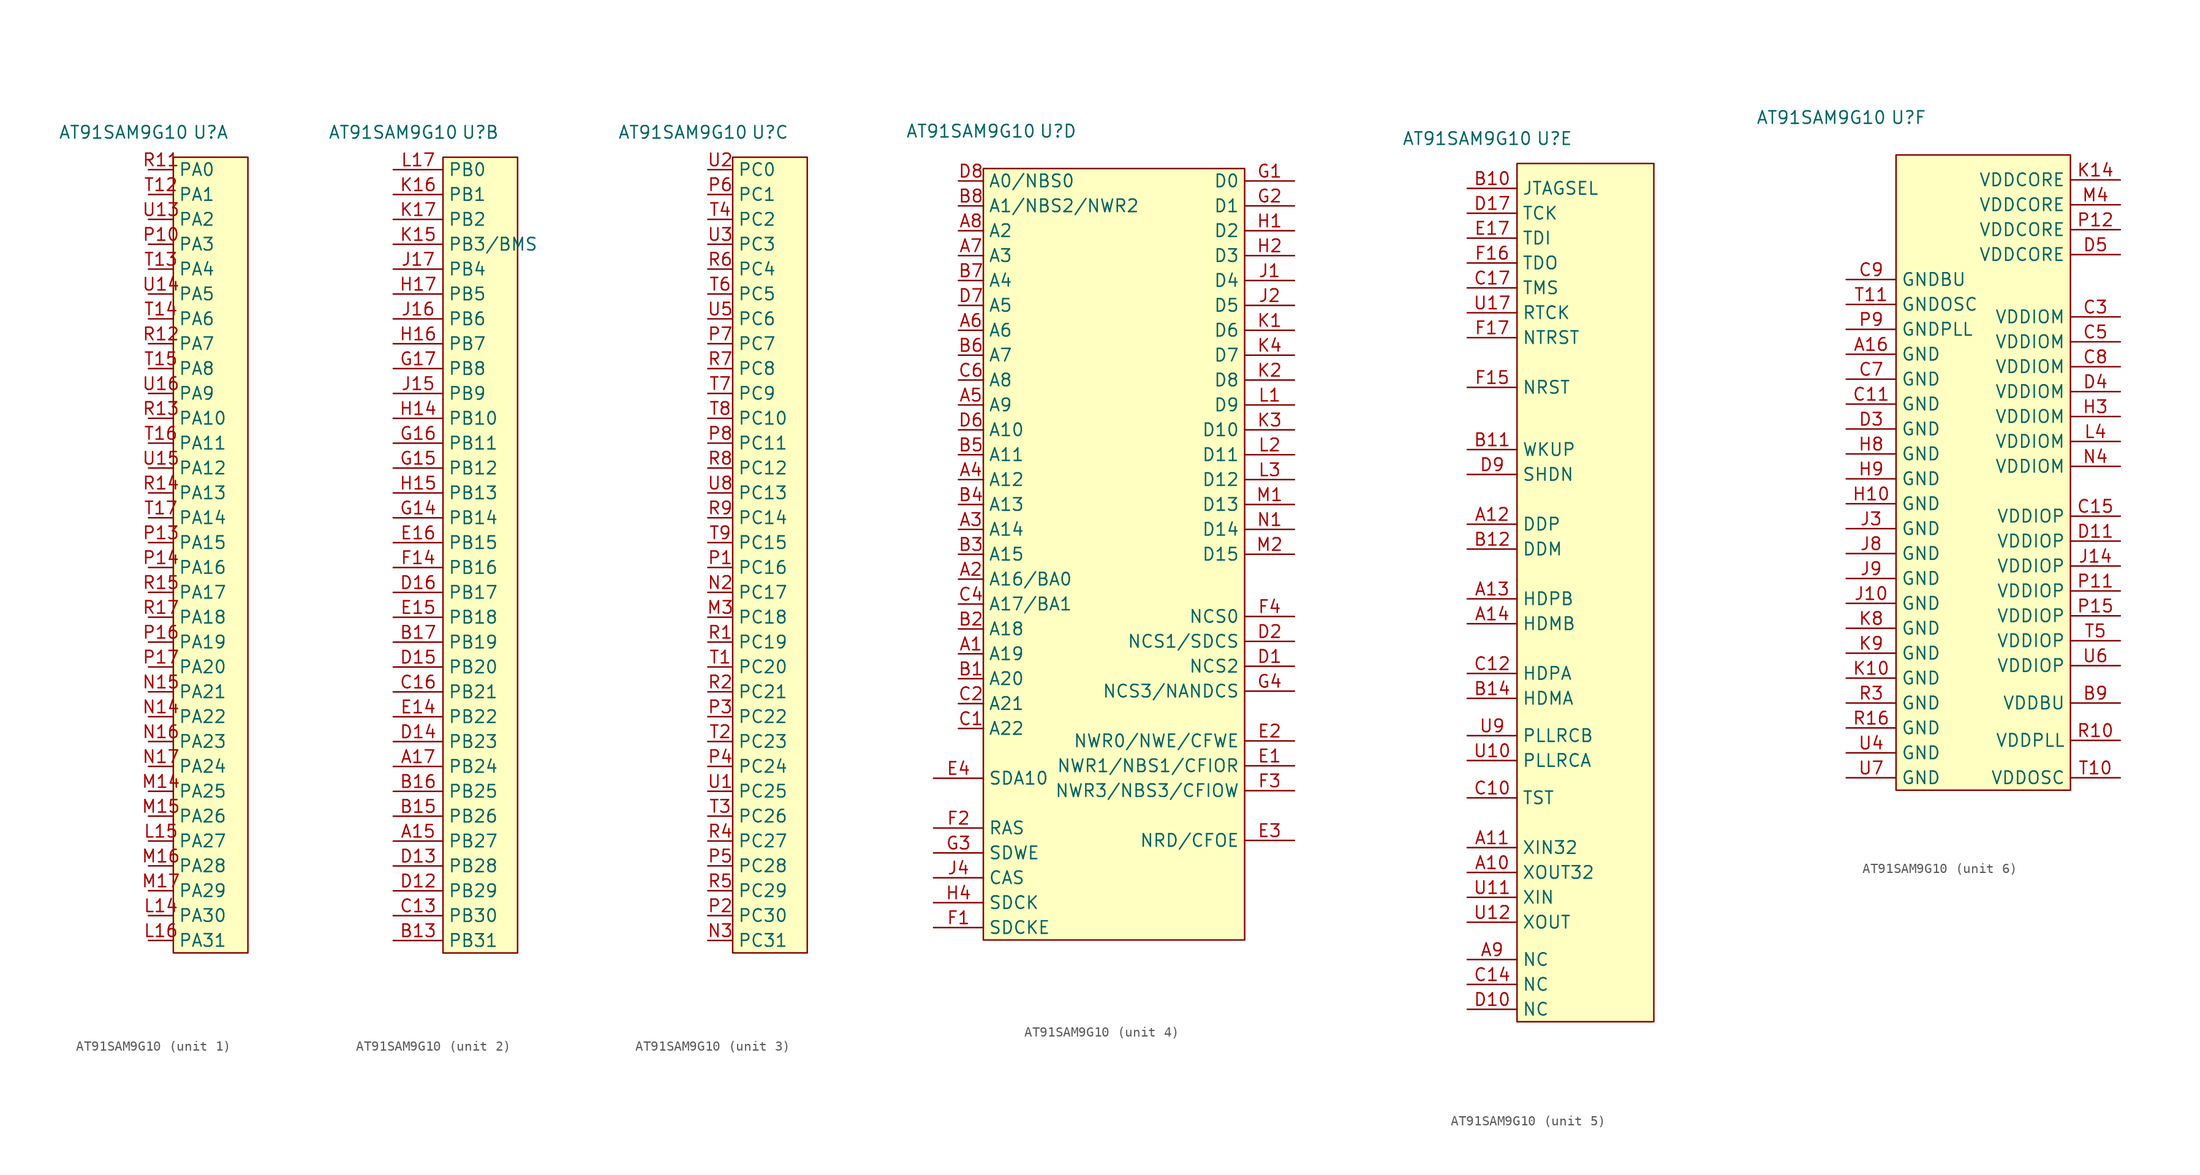
<source format=kicad_sym>
(kicad_symbol_lib
  (version 20211014)
  (generator kicad_symbol_editor)
  (symbol "AT91SAM9G10"
    (property "Reference" "U"
      (at 0 43.18 0)
      (effects (font (size 1.27 1.27))))
    (property "Value" "AT91SAM9G10"
      (at -8.89 43.18 0)
      (effects (font (size 1.27 1.27))))
    (property "ki_locked" ""
      (at 0 0 0)
      (effects (font (size 1.27 1.27))))
    (symbol "AT91SAM9G10_1_0"
      (pin passive line (at -6.35 -36.83 0) (length 2.54) (name "PA30" (effects (font (size 1.27 1.27)))) (number "L14" (effects (font (size 1.27 1.27)))))
      (pin passive line (at -6.35 -29.21 0) (length 2.54) (name "PA27" (effects (font (size 1.27 1.27)))) (number "L15" (effects (font (size 1.27 1.27)))))
      (pin passive line (at -6.35 -39.37 0) (length 2.54) (name "PA31" (effects (font (size 1.27 1.27)))) (number "L16" (effects (font (size 1.27 1.27)))))
      (pin passive line (at -6.35 -24.13 0) (length 2.54) (name "PA25" (effects (font (size 1.27 1.27)))) (number "M14" (effects (font (size 1.27 1.27)))))
      (pin passive line (at -6.35 -26.67 0) (length 2.54) (name "PA26" (effects (font (size 1.27 1.27)))) (number "M15" (effects (font (size 1.27 1.27)))))
      (pin passive line (at -6.35 -31.75 0) (length 2.54) (name "PA28" (effects (font (size 1.27 1.27)))) (number "M16" (effects (font (size 1.27 1.27)))))
      (pin passive line (at -6.35 -34.29 0) (length 2.54) (name "PA29" (effects (font (size 1.27 1.27)))) (number "M17" (effects (font (size 1.27 1.27)))))
      (pin passive line (at -6.35 -16.51 0) (length 2.54) (name "PA22" (effects (font (size 1.27 1.27)))) (number "N14" (effects (font (size 1.27 1.27)))))
      (pin passive line (at -6.35 -13.97 0) (length 2.54) (name "PA21" (effects (font (size 1.27 1.27)))) (number "N15" (effects (font (size 1.27 1.27)))))
      (pin passive line (at -6.35 -19.05 0) (length 2.54) (name "PA23" (effects (font (size 1.27 1.27)))) (number "N16" (effects (font (size 1.27 1.27)))))
      (pin passive line (at -6.35 -21.59 0) (length 2.54) (name "PA24" (effects (font (size 1.27 1.27)))) (number "N17" (effects (font (size 1.27 1.27)))))
      (pin passive line (at -6.35 31.75 0) (length 2.54) (name "PA3" (effects (font (size 1.27 1.27)))) (number "P10" (effects (font (size 1.27 1.27)))))
      (pin passive line (at -6.35 1.27 0) (length 2.54) (name "PA15" (effects (font (size 1.27 1.27)))) (number "P13" (effects (font (size 1.27 1.27)))))
      (pin passive line (at -6.35 -1.27 0) (length 2.54) (name "PA16" (effects (font (size 1.27 1.27)))) (number "P14" (effects (font (size 1.27 1.27)))))
      (pin passive line (at -6.35 -8.89 0) (length 2.54) (name "PA19" (effects (font (size 1.27 1.27)))) (number "P16" (effects (font (size 1.27 1.27)))))
      (pin passive line (at -6.35 -11.43 0) (length 2.54) (name "PA20" (effects (font (size 1.27 1.27)))) (number "P17" (effects (font (size 1.27 1.27)))))
      (pin passive line (at -6.35 39.37 0) (length 2.54) (name "PA0" (effects (font (size 1.27 1.27)))) (number "R11" (effects (font (size 1.27 1.27)))))
      (pin passive line (at -6.35 21.59 0) (length 2.54) (name "PA7" (effects (font (size 1.27 1.27)))) (number "R12" (effects (font (size 1.27 1.27)))))
      (pin passive line (at -6.35 13.97 0) (length 2.54) (name "PA10" (effects (font (size 1.27 1.27)))) (number "R13" (effects (font (size 1.27 1.27)))))
      (pin passive line (at -6.35 6.35 0) (length 2.54) (name "PA13" (effects (font (size 1.27 1.27)))) (number "R14" (effects (font (size 1.27 1.27)))))
      (pin passive line (at -6.35 -3.81 0) (length 2.54) (name "PA17" (effects (font (size 1.27 1.27)))) (number "R15" (effects (font (size 1.27 1.27)))))
      (pin passive line (at -6.35 -6.35 0) (length 2.54) (name "PA18" (effects (font (size 1.27 1.27)))) (number "R17" (effects (font (size 1.27 1.27)))))
      (pin passive line (at -6.35 36.83 0) (length 2.54) (name "PA1" (effects (font (size 1.27 1.27)))) (number "T12" (effects (font (size 1.27 1.27)))))
      (pin passive line (at -6.35 29.21 0) (length 2.54) (name "PA4" (effects (font (size 1.27 1.27)))) (number "T13" (effects (font (size 1.27 1.27)))))
      (pin passive line (at -6.35 24.13 0) (length 2.54) (name "PA6" (effects (font (size 1.27 1.27)))) (number "T14" (effects (font (size 1.27 1.27)))))
      (pin passive line (at -6.35 19.05 0) (length 2.54) (name "PA8" (effects (font (size 1.27 1.27)))) (number "T15" (effects (font (size 1.27 1.27)))))
      (pin passive line (at -6.35 11.43 0) (length 2.54) (name "PA11" (effects (font (size 1.27 1.27)))) (number "T16" (effects (font (size 1.27 1.27)))))
      (pin passive line (at -6.35 3.81 0) (length 2.54) (name "PA14" (effects (font (size 1.27 1.27)))) (number "T17" (effects (font (size 1.27 1.27)))))
      (pin passive line (at -6.35 34.29 0) (length 2.54) (name "PA2" (effects (font (size 1.27 1.27)))) (number "U13" (effects (font (size 1.27 1.27)))))
      (pin passive line (at -6.35 26.67 0) (length 2.54) (name "PA5" (effects (font (size 1.27 1.27)))) (number "U14" (effects (font (size 1.27 1.27)))))
      (pin passive line (at -6.35 8.89 0) (length 2.54) (name "PA12" (effects (font (size 1.27 1.27)))) (number "U15" (effects (font (size 1.27 1.27)))))
      (pin passive line (at -6.35 16.51 0) (length 2.54) (name "PA9" (effects (font (size 1.27 1.27)))) (number "U16" (effects (font (size 1.27 1.27))))))
    (symbol "AT91SAM9G10_1_1"
      (rectangle (start -3.81 40.64) (end 3.81 -40.64) (stroke (width 0.152) (type default) (color 0 0 0 0)) (fill (type background))))
    (symbol "AT91SAM9G10_2_0"
      (pin passive line (at -8.89 -29.21 0) (length 5.08) (name "PB27" (effects (font (size 1.27 1.27)))) (number "A15" (effects (font (size 1.27 1.27)))))
      (pin passive line (at -8.89 -21.59 0) (length 5.08) (name "PB24" (effects (font (size 1.27 1.27)))) (number "A17" (effects (font (size 1.27 1.27)))))
      (pin passive line (at -8.89 -39.37 0) (length 5.08) (name "PB31" (effects (font (size 1.27 1.27)))) (number "B13" (effects (font (size 1.27 1.27)))))
      (pin passive line (at -8.89 -26.67 0) (length 5.08) (name "PB26" (effects (font (size 1.27 1.27)))) (number "B15" (effects (font (size 1.27 1.27)))))
      (pin passive line (at -8.89 -24.13 0) (length 5.08) (name "PB25" (effects (font (size 1.27 1.27)))) (number "B16" (effects (font (size 1.27 1.27)))))
      (pin passive line (at -8.89 -8.89 0) (length 5.08) (name "PB19" (effects (font (size 1.27 1.27)))) (number "B17" (effects (font (size 1.27 1.27)))))
      (pin passive line (at -8.89 -36.83 0) (length 5.08) (name "PB30" (effects (font (size 1.27 1.27)))) (number "C13" (effects (font (size 1.27 1.27)))))
      (pin passive line (at -8.89 -13.97 0) (length 5.08) (name "PB21" (effects (font (size 1.27 1.27)))) (number "C16" (effects (font (size 1.27 1.27)))))
      (pin passive line (at -8.89 -34.29 0) (length 5.08) (name "PB29" (effects (font (size 1.27 1.27)))) (number "D12" (effects (font (size 1.27 1.27)))))
      (pin passive line (at -8.89 -31.75 0) (length 5.08) (name "PB28" (effects (font (size 1.27 1.27)))) (number "D13" (effects (font (size 1.27 1.27)))))
      (pin passive line (at -8.89 -19.05 0) (length 5.08) (name "PB23" (effects (font (size 1.27 1.27)))) (number "D14" (effects (font (size 1.27 1.27)))))
      (pin passive line (at -8.89 -11.43 0) (length 5.08) (name "PB20" (effects (font (size 1.27 1.27)))) (number "D15" (effects (font (size 1.27 1.27)))))
      (pin passive line (at -8.89 -3.81 0) (length 5.08) (name "PB17" (effects (font (size 1.27 1.27)))) (number "D16" (effects (font (size 1.27 1.27)))))
      (pin passive line (at -8.89 -16.51 0) (length 5.08) (name "PB22" (effects (font (size 1.27 1.27)))) (number "E14" (effects (font (size 1.27 1.27)))))
      (pin passive line (at -8.89 -6.35 0) (length 5.08) (name "PB18" (effects (font (size 1.27 1.27)))) (number "E15" (effects (font (size 1.27 1.27)))))
      (pin passive line (at -8.89 1.27 0) (length 5.08) (name "PB15" (effects (font (size 1.27 1.27)))) (number "E16" (effects (font (size 1.27 1.27)))))
      (pin passive line (at -8.89 -1.27 0) (length 5.08) (name "PB16" (effects (font (size 1.27 1.27)))) (number "F14" (effects (font (size 1.27 1.27)))))
      (pin passive line (at -8.89 3.81 0) (length 5.08) (name "PB14" (effects (font (size 1.27 1.27)))) (number "G14" (effects (font (size 1.27 1.27)))))
      (pin passive line (at -8.89 8.89 0) (length 5.08) (name "PB12" (effects (font (size 1.27 1.27)))) (number "G15" (effects (font (size 1.27 1.27)))))
      (pin passive line (at -8.89 11.43 0) (length 5.08) (name "PB11" (effects (font (size 1.27 1.27)))) (number "G16" (effects (font (size 1.27 1.27)))))
      (pin passive line (at -8.89 19.05 0) (length 5.08) (name "PB8" (effects (font (size 1.27 1.27)))) (number "G17" (effects (font (size 1.27 1.27)))))
      (pin passive line (at -8.89 13.97 0) (length 5.08) (name "PB10" (effects (font (size 1.27 1.27)))) (number "H14" (effects (font (size 1.27 1.27)))))
      (pin passive line (at -8.89 6.35 0) (length 5.08) (name "PB13" (effects (font (size 1.27 1.27)))) (number "H15" (effects (font (size 1.27 1.27)))))
      (pin passive line (at -8.89 21.59 0) (length 5.08) (name "PB7" (effects (font (size 1.27 1.27)))) (number "H16" (effects (font (size 1.27 1.27)))))
      (pin passive line (at -8.89 26.67 0) (length 5.08) (name "PB5" (effects (font (size 1.27 1.27)))) (number "H17" (effects (font (size 1.27 1.27)))))
      (pin passive line (at -8.89 16.51 0) (length 5.08) (name "PB9" (effects (font (size 1.27 1.27)))) (number "J15" (effects (font (size 1.27 1.27)))))
      (pin passive line (at -8.89 24.13 0) (length 5.08) (name "PB6" (effects (font (size 1.27 1.27)))) (number "J16" (effects (font (size 1.27 1.27)))))
      (pin passive line (at -8.89 29.21 0) (length 5.08) (name "PB4" (effects (font (size 1.27 1.27)))) (number "J17" (effects (font (size 1.27 1.27)))))
      (pin passive line (at -8.89 31.75 0) (length 5.08) (name "PB3/BMS" (effects (font (size 1.27 1.27)))) (number "K15" (effects (font (size 1.27 1.27)))))
      (pin passive line (at -8.89 36.83 0) (length 5.08) (name "PB1" (effects (font (size 1.27 1.27)))) (number "K16" (effects (font (size 1.27 1.27)))))
      (pin passive line (at -8.89 34.29 0) (length 5.08) (name "PB2" (effects (font (size 1.27 1.27)))) (number "K17" (effects (font (size 1.27 1.27)))))
      (pin passive line (at -8.89 39.37 0) (length 5.08) (name "PB0" (effects (font (size 1.27 1.27)))) (number "L17" (effects (font (size 1.27 1.27))))))
    (symbol "AT91SAM9G10_2_1"
      (rectangle (start -3.81 40.64) (end 3.81 -40.64) (stroke (width 0.152) (type default) (color 0 0 0 0)) (fill (type background))))
    (symbol "AT91SAM9G10_3_0"
      (pin passive line (at -6.35 -6.35 0) (length 2.54) (name "PC18" (effects (font (size 1.27 1.27)))) (number "M3" (effects (font (size 1.27 1.27)))))
      (pin passive line (at -6.35 -3.81 0) (length 2.54) (name "PC17" (effects (font (size 1.27 1.27)))) (number "N2" (effects (font (size 1.27 1.27)))))
      (pin passive line (at -6.35 -39.37 0) (length 2.54) (name "PC31" (effects (font (size 1.27 1.27)))) (number "N3" (effects (font (size 1.27 1.27)))))
      (pin passive line (at -6.35 -1.27 0) (length 2.54) (name "PC16" (effects (font (size 1.27 1.27)))) (number "P1" (effects (font (size 1.27 1.27)))))
      (pin passive line (at -6.35 -36.83 0) (length 2.54) (name "PC30" (effects (font (size 1.27 1.27)))) (number "P2" (effects (font (size 1.27 1.27)))))
      (pin passive line (at -6.35 -16.51 0) (length 2.54) (name "PC22" (effects (font (size 1.27 1.27)))) (number "P3" (effects (font (size 1.27 1.27)))))
      (pin passive line (at -6.35 -21.59 0) (length 2.54) (name "PC24" (effects (font (size 1.27 1.27)))) (number "P4" (effects (font (size 1.27 1.27)))))
      (pin passive line (at -6.35 -31.75 0) (length 2.54) (name "PC28" (effects (font (size 1.27 1.27)))) (number "P5" (effects (font (size 1.27 1.27)))))
      (pin passive line (at -6.35 36.83 0) (length 2.54) (name "PC1" (effects (font (size 1.27 1.27)))) (number "P6" (effects (font (size 1.27 1.27)))))
      (pin passive line (at -6.35 21.59 0) (length 2.54) (name "PC7" (effects (font (size 1.27 1.27)))) (number "P7" (effects (font (size 1.27 1.27)))))
      (pin passive line (at -6.35 11.43 0) (length 2.54) (name "PC11" (effects (font (size 1.27 1.27)))) (number "P8" (effects (font (size 1.27 1.27)))))
      (pin passive line (at -6.35 -8.89 0) (length 2.54) (name "PC19" (effects (font (size 1.27 1.27)))) (number "R1" (effects (font (size 1.27 1.27)))))
      (pin passive line (at -6.35 -13.97 0) (length 2.54) (name "PC21" (effects (font (size 1.27 1.27)))) (number "R2" (effects (font (size 1.27 1.27)))))
      (pin passive line (at -6.35 -29.21 0) (length 2.54) (name "PC27" (effects (font (size 1.27 1.27)))) (number "R4" (effects (font (size 1.27 1.27)))))
      (pin passive line (at -6.35 -34.29 0) (length 2.54) (name "PC29" (effects (font (size 1.27 1.27)))) (number "R5" (effects (font (size 1.27 1.27)))))
      (pin passive line (at -6.35 29.21 0) (length 2.54) (name "PC4" (effects (font (size 1.27 1.27)))) (number "R6" (effects (font (size 1.27 1.27)))))
      (pin passive line (at -6.35 19.05 0) (length 2.54) (name "PC8" (effects (font (size 1.27 1.27)))) (number "R7" (effects (font (size 1.27 1.27)))))
      (pin passive line (at -6.35 8.89 0) (length 2.54) (name "PC12" (effects (font (size 1.27 1.27)))) (number "R8" (effects (font (size 1.27 1.27)))))
      (pin passive line (at -6.35 3.81 0) (length 2.54) (name "PC14" (effects (font (size 1.27 1.27)))) (number "R9" (effects (font (size 1.27 1.27)))))
      (pin passive line (at -6.35 -11.43 0) (length 2.54) (name "PC20" (effects (font (size 1.27 1.27)))) (number "T1" (effects (font (size 1.27 1.27)))))
      (pin passive line (at -6.35 -19.05 0) (length 2.54) (name "PC23" (effects (font (size 1.27 1.27)))) (number "T2" (effects (font (size 1.27 1.27)))))
      (pin passive line (at -6.35 -26.67 0) (length 2.54) (name "PC26" (effects (font (size 1.27 1.27)))) (number "T3" (effects (font (size 1.27 1.27)))))
      (pin passive line (at -6.35 34.29 0) (length 2.54) (name "PC2" (effects (font (size 1.27 1.27)))) (number "T4" (effects (font (size 1.27 1.27)))))
      (pin passive line (at -6.35 26.67 0) (length 2.54) (name "PC5" (effects (font (size 1.27 1.27)))) (number "T6" (effects (font (size 1.27 1.27)))))
      (pin passive line (at -6.35 16.51 0) (length 2.54) (name "PC9" (effects (font (size 1.27 1.27)))) (number "T7" (effects (font (size 1.27 1.27)))))
      (pin passive line (at -6.35 13.97 0) (length 2.54) (name "PC10" (effects (font (size 1.27 1.27)))) (number "T8" (effects (font (size 1.27 1.27)))))
      (pin passive line (at -6.35 1.27 0) (length 2.54) (name "PC15" (effects (font (size 1.27 1.27)))) (number "T9" (effects (font (size 1.27 1.27)))))
      (pin passive line (at -6.35 -24.13 0) (length 2.54) (name "PC25" (effects (font (size 1.27 1.27)))) (number "U1" (effects (font (size 1.27 1.27)))))
      (pin passive line (at -6.35 39.37 0) (length 2.54) (name "PC0" (effects (font (size 1.27 1.27)))) (number "U2" (effects (font (size 1.27 1.27)))))
      (pin passive line (at -6.35 31.75 0) (length 2.54) (name "PC3" (effects (font (size 1.27 1.27)))) (number "U3" (effects (font (size 1.27 1.27)))))
      (pin passive line (at -6.35 24.13 0) (length 2.54) (name "PC6" (effects (font (size 1.27 1.27)))) (number "U5" (effects (font (size 1.27 1.27)))))
      (pin passive line (at -6.35 6.35 0) (length 2.54) (name "PC13" (effects (font (size 1.27 1.27)))) (number "U8" (effects (font (size 1.27 1.27))))))
    (symbol "AT91SAM9G10_3_1"
      (rectangle (start -3.81 40.64) (end 3.81 -40.64) (stroke (width 0.152) (type default) (color 0 0 0 0)) (fill (type background))))
    (symbol "AT91SAM9G10_4_0"
      (pin passive line (at -10.16 -10.16 0) (length 2.54) (name "A19" (effects (font (size 1.27 1.27)))) (number "A1" (effects (font (size 1.27 1.27)))))
      (pin passive line (at -10.16 -2.54 0) (length 2.54) (name "A16/BA0" (effects (font (size 1.27 1.27)))) (number "A2" (effects (font (size 1.27 1.27)))))
      (pin passive line (at -10.16 2.54 0) (length 2.54) (name "A14" (effects (font (size 1.27 1.27)))) (number "A3" (effects (font (size 1.27 1.27)))))
      (pin passive line (at -10.16 7.62 0) (length 2.54) (name "A12" (effects (font (size 1.27 1.27)))) (number "A4" (effects (font (size 1.27 1.27)))))
      (pin passive line (at -10.16 15.24 0) (length 2.54) (name "A9" (effects (font (size 1.27 1.27)))) (number "A5" (effects (font (size 1.27 1.27)))))
      (pin passive line (at -10.16 22.86 0) (length 2.54) (name "A6" (effects (font (size 1.27 1.27)))) (number "A6" (effects (font (size 1.27 1.27)))))
      (pin passive line (at -10.16 30.48 0) (length 2.54) (name "A3" (effects (font (size 1.27 1.27)))) (number "A7" (effects (font (size 1.27 1.27)))))
      (pin passive line (at -10.16 33.02 0) (length 2.54) (name "A2" (effects (font (size 1.27 1.27)))) (number "A8" (effects (font (size 1.27 1.27)))))
      (pin passive line (at -10.16 -12.7 0) (length 2.54) (name "A20" (effects (font (size 1.27 1.27)))) (number "B1" (effects (font (size 1.27 1.27)))))
      (pin passive line (at -10.16 -7.62 0) (length 2.54) (name "A18" (effects (font (size 1.27 1.27)))) (number "B2" (effects (font (size 1.27 1.27)))))
      (pin passive line (at -10.16 0 0) (length 2.54) (name "A15" (effects (font (size 1.27 1.27)))) (number "B3" (effects (font (size 1.27 1.27)))))
      (pin passive line (at -10.16 5.08 0) (length 2.54) (name "A13" (effects (font (size 1.27 1.27)))) (number "B4" (effects (font (size 1.27 1.27)))))
      (pin passive line (at -10.16 10.16 0) (length 2.54) (name "A11" (effects (font (size 1.27 1.27)))) (number "B5" (effects (font (size 1.27 1.27)))))
      (pin passive line (at -10.16 20.32 0) (length 2.54) (name "A7" (effects (font (size 1.27 1.27)))) (number "B6" (effects (font (size 1.27 1.27)))))
      (pin passive line (at -10.16 27.94 0) (length 2.54) (name "A4" (effects (font (size 1.27 1.27)))) (number "B7" (effects (font (size 1.27 1.27)))))
      (pin passive line (at -10.16 35.56 0) (length 2.54) (name "A1/NBS2/NWR2" (effects (font (size 1.27 1.27)))) (number "B8" (effects (font (size 1.27 1.27)))))
      (pin passive line (at -10.16 -17.78 0) (length 2.54) (name "A22" (effects (font (size 1.27 1.27)))) (number "C1" (effects (font (size 1.27 1.27)))))
      (pin passive line (at -10.16 -15.24 0) (length 2.54) (name "A21" (effects (font (size 1.27 1.27)))) (number "C2" (effects (font (size 1.27 1.27)))))
      (pin passive line (at -10.16 -5.08 0) (length 2.54) (name "A17/BA1" (effects (font (size 1.27 1.27)))) (number "C4" (effects (font (size 1.27 1.27)))))
      (pin passive line (at -10.16 17.78 0) (length 2.54) (name "A8" (effects (font (size 1.27 1.27)))) (number "C6" (effects (font (size 1.27 1.27)))))
      (pin passive line (at 24.13 -11.43 180) (length 5.08) (name "NCS2" (effects (font (size 1.27 1.27)))) (number "D1" (effects (font (size 1.27 1.27)))))
      (pin passive line (at 24.13 -8.89 180) (length 5.08) (name "NCS1/SDCS" (effects (font (size 1.27 1.27)))) (number "D2" (effects (font (size 1.27 1.27)))))
      (pin passive line (at -10.16 12.7 0) (length 2.54) (name "A10" (effects (font (size 1.27 1.27)))) (number "D6" (effects (font (size 1.27 1.27)))))
      (pin passive line (at -10.16 25.4 0) (length 2.54) (name "A5" (effects (font (size 1.27 1.27)))) (number "D7" (effects (font (size 1.27 1.27)))))
      (pin passive line (at -10.16 38.1 0) (length 2.54) (name "A0/NBS0" (effects (font (size 1.27 1.27)))) (number "D8" (effects (font (size 1.27 1.27)))))
      (pin passive line (at 24.13 -21.59 180) (length 5.08) (name "NWR1/NBS1/CFIOR" (effects (font (size 1.27 1.27)))) (number "E1" (effects (font (size 1.27 1.27)))))
      (pin passive line (at 24.13 -19.05 180) (length 5.08) (name "NWR0/NWE/CFWE" (effects (font (size 1.27 1.27)))) (number "E2" (effects (font (size 1.27 1.27)))))
      (pin passive line (at 24.13 -29.21 180) (length 5.08) (name "NRD/CFOE" (effects (font (size 1.27 1.27)))) (number "E3" (effects (font (size 1.27 1.27)))))
      (pin passive line (at -12.7 -22.86 0) (length 5.08) (name "SDA10" (effects (font (size 1.27 1.27)))) (number "E4" (effects (font (size 1.27 1.27)))))
      (pin passive line (at -12.7 -38.1 0) (length 5.08) (name "SDCKE" (effects (font (size 1.27 1.27)))) (number "F1" (effects (font (size 1.27 1.27)))))
      (pin passive line (at -12.7 -27.94 0) (length 5.08) (name "RAS" (effects (font (size 1.27 1.27)))) (number "F2" (effects (font (size 1.27 1.27)))))
      (pin passive line (at 24.13 -24.13 180) (length 5.08) (name "NWR3/NBS3/CFIOW" (effects (font (size 1.27 1.27)))) (number "F3" (effects (font (size 1.27 1.27)))))
      (pin passive line (at 24.13 -6.35 180) (length 5.08) (name "NCS0" (effects (font (size 1.27 1.27)))) (number "F4" (effects (font (size 1.27 1.27)))))
      (pin passive line (at 24.13 38.1 180) (length 5.08) (name "D0" (effects (font (size 1.27 1.27)))) (number "G1" (effects (font (size 1.27 1.27)))))
      (pin passive line (at 24.13 35.56 180) (length 5.08) (name "D1" (effects (font (size 1.27 1.27)))) (number "G2" (effects (font (size 1.27 1.27)))))
      (pin passive line (at -12.7 -30.48 0) (length 5.08) (name "SDWE" (effects (font (size 1.27 1.27)))) (number "G3" (effects (font (size 1.27 1.27)))))
      (pin passive line (at 24.13 -13.97 180) (length 5.08) (name "NCS3/NANDCS" (effects (font (size 1.27 1.27)))) (number "G4" (effects (font (size 1.27 1.27)))))
      (pin passive line (at 24.13 33.02 180) (length 5.08) (name "D2" (effects (font (size 1.27 1.27)))) (number "H1" (effects (font (size 1.27 1.27)))))
      (pin passive line (at 24.13 30.48 180) (length 5.08) (name "D3" (effects (font (size 1.27 1.27)))) (number "H2" (effects (font (size 1.27 1.27)))))
      (pin passive line (at -12.7 -35.56 0) (length 5.08) (name "SDCK" (effects (font (size 1.27 1.27)))) (number "H4" (effects (font (size 1.27 1.27)))))
      (pin passive line (at 24.13 27.94 180) (length 5.08) (name "D4" (effects (font (size 1.27 1.27)))) (number "J1" (effects (font (size 1.27 1.27)))))
      (pin passive line (at 24.13 25.4 180) (length 5.08) (name "D5" (effects (font (size 1.27 1.27)))) (number "J2" (effects (font (size 1.27 1.27)))))
      (pin passive line (at -12.7 -33.02 0) (length 5.08) (name "CAS" (effects (font (size 1.27 1.27)))) (number "J4" (effects (font (size 1.27 1.27)))))
      (pin passive line (at 24.13 22.86 180) (length 5.08) (name "D6" (effects (font (size 1.27 1.27)))) (number "K1" (effects (font (size 1.27 1.27)))))
      (pin passive line (at 24.13 17.78 180) (length 5.08) (name "D8" (effects (font (size 1.27 1.27)))) (number "K2" (effects (font (size 1.27 1.27)))))
      (pin passive line (at 24.13 12.7 180) (length 5.08) (name "D10" (effects (font (size 1.27 1.27)))) (number "K3" (effects (font (size 1.27 1.27)))))
      (pin passive line (at 24.13 20.32 180) (length 5.08) (name "D7" (effects (font (size 1.27 1.27)))) (number "K4" (effects (font (size 1.27 1.27)))))
      (pin passive line (at 24.13 15.24 180) (length 5.08) (name "D9" (effects (font (size 1.27 1.27)))) (number "L1" (effects (font (size 1.27 1.27)))))
      (pin passive line (at 24.13 10.16 180) (length 5.08) (name "D11" (effects (font (size 1.27 1.27)))) (number "L2" (effects (font (size 1.27 1.27)))))
      (pin passive line (at 24.13 7.62 180) (length 5.08) (name "D12" (effects (font (size 1.27 1.27)))) (number "L3" (effects (font (size 1.27 1.27)))))
      (pin passive line (at 24.13 5.08 180) (length 5.08) (name "D13" (effects (font (size 1.27 1.27)))) (number "M1" (effects (font (size 1.27 1.27)))))
      (pin passive line (at 24.13 0 180) (length 5.08) (name "D15" (effects (font (size 1.27 1.27)))) (number "M2" (effects (font (size 1.27 1.27)))))
      (pin passive line (at 24.13 2.54 180) (length 5.08) (name "D14" (effects (font (size 1.27 1.27)))) (number "N1" (effects (font (size 1.27 1.27))))))
    (symbol "AT91SAM9G10_4_1"
      (rectangle (start -7.62 39.37) (end 19.05 -39.37) (stroke (width 0.152) (type default) (color 0 0 0 0)) (fill (type background))))
    (symbol "AT91SAM9G10_5_0"
      (pin passive line (at -8.89 -31.75 0) (length 5.08) (name "XOUT32" (effects (font (size 1.27 1.27)))) (number "A10" (effects (font (size 1.27 1.27)))))
      (pin passive line (at -8.89 -29.21 0) (length 5.08) (name "XIN32" (effects (font (size 1.27 1.27)))) (number "A11" (effects (font (size 1.27 1.27)))))
      (pin passive line (at -8.89 3.81 0) (length 5.08) (name "DDP" (effects (font (size 1.27 1.27)))) (number "A12" (effects (font (size 1.27 1.27)))))
      (pin passive line (at -8.89 -3.81 0) (length 5.08) (name "HDPB" (effects (font (size 1.27 1.27)))) (number "A13" (effects (font (size 1.27 1.27)))))
      (pin passive line (at -8.89 -6.35 0) (length 5.08) (name "HDMB" (effects (font (size 1.27 1.27)))) (number "A14" (effects (font (size 1.27 1.27)))))
      (pin passive line (at -8.89 -40.64 0) (length 5.08) (name "NC" (effects (font (size 1.27 1.27)))) (number "A9" (effects (font (size 1.27 1.27)))))
      (pin passive line (at -8.89 38.1 0) (length 5.08) (name "JTAGSEL" (effects (font (size 1.27 1.27)))) (number "B10" (effects (font (size 1.27 1.27)))))
      (pin passive line (at -8.89 11.43 0) (length 5.08) (name "WKUP" (effects (font (size 1.27 1.27)))) (number "B11" (effects (font (size 1.27 1.27)))))
      (pin passive line (at -8.89 1.27 0) (length 5.08) (name "DDM" (effects (font (size 1.27 1.27)))) (number "B12" (effects (font (size 1.27 1.27)))))
      (pin passive line (at -8.89 -13.97 0) (length 5.08) (name "HDMA" (effects (font (size 1.27 1.27)))) (number "B14" (effects (font (size 1.27 1.27)))))
      (pin passive line (at -8.89 -24.13 0) (length 5.08) (name "TST" (effects (font (size 1.27 1.27)))) (number "C10" (effects (font (size 1.27 1.27)))))
      (pin passive line (at -8.89 -11.43 0) (length 5.08) (name "HDPA" (effects (font (size 1.27 1.27)))) (number "C12" (effects (font (size 1.27 1.27)))))
      (pin passive line (at -8.89 -43.18 0) (length 5.08) (name "NC" (effects (font (size 1.27 1.27)))) (number "C14" (effects (font (size 1.27 1.27)))))
      (pin passive line (at -8.89 27.94 0) (length 5.08) (name "TMS" (effects (font (size 1.27 1.27)))) (number "C17" (effects (font (size 1.27 1.27)))))
      (pin passive line (at -8.89 -45.72 0) (length 5.08) (name "NC" (effects (font (size 1.27 1.27)))) (number "D10" (effects (font (size 1.27 1.27)))))
      (pin passive line (at -8.89 35.56 0) (length 5.08) (name "TCK" (effects (font (size 1.27 1.27)))) (number "D17" (effects (font (size 1.27 1.27)))))
      (pin passive line (at -8.89 8.89 0) (length 5.08) (name "SHDN" (effects (font (size 1.27 1.27)))) (number "D9" (effects (font (size 1.27 1.27)))))
      (pin passive line (at -8.89 33.02 0) (length 5.08) (name "TDI" (effects (font (size 1.27 1.27)))) (number "E17" (effects (font (size 1.27 1.27)))))
      (pin passive line (at -8.89 17.78 0) (length 5.08) (name "NRST" (effects (font (size 1.27 1.27)))) (number "F15" (effects (font (size 1.27 1.27)))))
      (pin passive line (at -8.89 30.48 0) (length 5.08) (name "TDO" (effects (font (size 1.27 1.27)))) (number "F16" (effects (font (size 1.27 1.27)))))
      (pin passive line (at -8.89 22.86 0) (length 5.08) (name "NTRST" (effects (font (size 1.27 1.27)))) (number "F17" (effects (font (size 1.27 1.27)))))
      (pin passive line (at -8.89 -20.32 0) (length 5.08) (name "PLLRCA" (effects (font (size 1.27 1.27)))) (number "U10" (effects (font (size 1.27 1.27)))))
      (pin passive line (at -8.89 -34.29 0) (length 5.08) (name "XIN" (effects (font (size 1.27 1.27)))) (number "U11" (effects (font (size 1.27 1.27)))))
      (pin passive line (at -8.89 -36.83 0) (length 5.08) (name "XOUT" (effects (font (size 1.27 1.27)))) (number "U12" (effects (font (size 1.27 1.27)))))
      (pin passive line (at -8.89 25.4 0) (length 5.08) (name "RTCK" (effects (font (size 1.27 1.27)))) (number "U17" (effects (font (size 1.27 1.27)))))
      (pin passive line (at -8.89 -17.78 0) (length 5.08) (name "PLLRCB" (effects (font (size 1.27 1.27)))) (number "U9" (effects (font (size 1.27 1.27))))))
    (symbol "AT91SAM9G10_5_1"
      (rectangle (start -3.81 40.64) (end 10.16 -46.99) (stroke (width 0.152) (type default) (color 0 0 0 0)) (fill (type background))))
    (symbol "AT91SAM9G10_6_0"
      (pin passive line (at -6.35 19.05 0) (length 5.08) (name "GND" (effects (font (size 1.27 1.27)))) (number "A16" (effects (font (size 1.27 1.27)))))
      (pin power_in line (at 21.59 -16.51 180) (length 5.08) (name "VDDBU" (effects (font (size 1.27 1.27)))) (number "B9" (effects (font (size 1.27 1.27)))))
      (pin passive line (at -6.35 13.97 0) (length 5.08) (name "GND" (effects (font (size 1.27 1.27)))) (number "C11" (effects (font (size 1.27 1.27)))))
      (pin power_in line (at 21.59 2.54 180) (length 5.08) (name "VDDIOP" (effects (font (size 1.27 1.27)))) (number "C15" (effects (font (size 1.27 1.27)))))
      (pin power_in line (at 21.59 22.86 180) (length 5.08) (name "VDDIOM" (effects (font (size 1.27 1.27)))) (number "C3" (effects (font (size 1.27 1.27)))))
      (pin power_in line (at 21.59 20.32 180) (length 5.08) (name "VDDIOM" (effects (font (size 1.27 1.27)))) (number "C5" (effects (font (size 1.27 1.27)))))
      (pin passive line (at -6.35 16.51 0) (length 5.08) (name "GND" (effects (font (size 1.27 1.27)))) (number "C7" (effects (font (size 1.27 1.27)))))
      (pin power_in line (at 21.59 17.78 180) (length 5.08) (name "VDDIOM" (effects (font (size 1.27 1.27)))) (number "C8" (effects (font (size 1.27 1.27)))))
      (pin passive line (at -6.35 26.67 0) (length 5.08) (name "GNDBU" (effects (font (size 1.27 1.27)))) (number "C9" (effects (font (size 1.27 1.27)))))
      (pin power_in line (at 21.59 0 180) (length 5.08) (name "VDDIOP" (effects (font (size 1.27 1.27)))) (number "D11" (effects (font (size 1.27 1.27)))))
      (pin passive line (at -6.35 11.43 0) (length 5.08) (name "GND" (effects (font (size 1.27 1.27)))) (number "D3" (effects (font (size 1.27 1.27)))))
      (pin power_in line (at 21.59 15.24 180) (length 5.08) (name "VDDIOM" (effects (font (size 1.27 1.27)))) (number "D4" (effects (font (size 1.27 1.27)))))
      (pin power_in line (at 21.59 29.21 180) (length 5.08) (name "VDDCORE" (effects (font (size 1.27 1.27)))) (number "D5" (effects (font (size 1.27 1.27)))))
      (pin passive line (at -6.35 3.81 0) (length 5.08) (name "GND" (effects (font (size 1.27 1.27)))) (number "H10" (effects (font (size 1.27 1.27)))))
      (pin power_in line (at 21.59 12.7 180) (length 5.08) (name "VDDIOM" (effects (font (size 1.27 1.27)))) (number "H3" (effects (font (size 1.27 1.27)))))
      (pin passive line (at -6.35 8.89 0) (length 5.08) (name "GND" (effects (font (size 1.27 1.27)))) (number "H8" (effects (font (size 1.27 1.27)))))
      (pin passive line (at -6.35 6.35 0) (length 5.08) (name "GND" (effects (font (size 1.27 1.27)))) (number "H9" (effects (font (size 1.27 1.27)))))
      (pin passive line (at -6.35 -6.35 0) (length 5.08) (name "GND" (effects (font (size 1.27 1.27)))) (number "J10" (effects (font (size 1.27 1.27)))))
      (pin power_in line (at 21.59 -2.54 180) (length 5.08) (name "VDDIOP" (effects (font (size 1.27 1.27)))) (number "J14" (effects (font (size 1.27 1.27)))))
      (pin passive line (at -6.35 1.27 0) (length 5.08) (name "GND" (effects (font (size 1.27 1.27)))) (number "J3" (effects (font (size 1.27 1.27)))))
      (pin passive line (at -6.35 -1.27 0) (length 5.08) (name "GND" (effects (font (size 1.27 1.27)))) (number "J8" (effects (font (size 1.27 1.27)))))
      (pin passive line (at -6.35 -3.81 0) (length 5.08) (name "GND" (effects (font (size 1.27 1.27)))) (number "J9" (effects (font (size 1.27 1.27)))))
      (pin passive line (at -6.35 -13.97 0) (length 5.08) (name "GND" (effects (font (size 1.27 1.27)))) (number "K10" (effects (font (size 1.27 1.27)))))
      (pin power_in line (at 21.59 36.83 180) (length 5.08) (name "VDDCORE" (effects (font (size 1.27 1.27)))) (number "K14" (effects (font (size 1.27 1.27)))))
      (pin passive line (at -6.35 -8.89 0) (length 5.08) (name "GND" (effects (font (size 1.27 1.27)))) (number "K8" (effects (font (size 1.27 1.27)))))
      (pin passive line (at -6.35 -11.43 0) (length 5.08) (name "GND" (effects (font (size 1.27 1.27)))) (number "K9" (effects (font (size 1.27 1.27)))))
      (pin power_in line (at 21.59 10.16 180) (length 5.08) (name "VDDIOM" (effects (font (size 1.27 1.27)))) (number "L4" (effects (font (size 1.27 1.27)))))
      (pin power_in line (at 21.59 34.29 180) (length 5.08) (name "VDDCORE" (effects (font (size 1.27 1.27)))) (number "M4" (effects (font (size 1.27 1.27)))))
      (pin power_in line (at 21.59 7.62 180) (length 5.08) (name "VDDIOM" (effects (font (size 1.27 1.27)))) (number "N4" (effects (font (size 1.27 1.27)))))
      (pin power_in line (at 21.59 -5.08 180) (length 5.08) (name "VDDIOP" (effects (font (size 1.27 1.27)))) (number "P11" (effects (font (size 1.27 1.27)))))
      (pin power_in line (at 21.59 31.75 180) (length 5.08) (name "VDDCORE" (effects (font (size 1.27 1.27)))) (number "P12" (effects (font (size 1.27 1.27)))))
      (pin power_in line (at 21.59 -7.62 180) (length 5.08) (name "VDDIOP" (effects (font (size 1.27 1.27)))) (number "P15" (effects (font (size 1.27 1.27)))))
      (pin passive line (at -6.35 21.59 0) (length 5.08) (name "GNDPLL" (effects (font (size 1.27 1.27)))) (number "P9" (effects (font (size 1.27 1.27)))))
      (pin passive line (at 21.59 -20.32 180) (length 5.08) (name "VDDPLL" (effects (font (size 1.27 1.27)))) (number "R10" (effects (font (size 1.27 1.27)))))
      (pin passive line (at -6.35 -19.05 0) (length 5.08) (name "GND" (effects (font (size 1.27 1.27)))) (number "R16" (effects (font (size 1.27 1.27)))))
      (pin passive line (at -6.35 -16.51 0) (length 5.08) (name "GND" (effects (font (size 1.27 1.27)))) (number "R3" (effects (font (size 1.27 1.27)))))
      (pin passive line (at 21.59 -24.13 180) (length 5.08) (name "VDDOSC" (effects (font (size 1.27 1.27)))) (number "T10" (effects (font (size 1.27 1.27)))))
      (pin passive line (at -6.35 24.13 0) (length 5.08) (name "GNDOSC" (effects (font (size 1.27 1.27)))) (number "T11" (effects (font (size 1.27 1.27)))))
      (pin power_in line (at 21.59 -10.16 180) (length 5.08) (name "VDDIOP" (effects (font (size 1.27 1.27)))) (number "T5" (effects (font (size 1.27 1.27)))))
      (pin passive line (at -6.35 -21.59 0) (length 5.08) (name "GND" (effects (font (size 1.27 1.27)))) (number "U4" (effects (font (size 1.27 1.27)))))
      (pin power_in line (at 21.59 -12.7 180) (length 5.08) (name "VDDIOP" (effects (font (size 1.27 1.27)))) (number "U6" (effects (font (size 1.27 1.27)))))
      (pin passive line (at -6.35 -24.13 0) (length 5.08) (name "GND" (effects (font (size 1.27 1.27)))) (number "U7" (effects (font (size 1.27 1.27))))))
    (symbol "AT91SAM9G10_6_1"
      (rectangle (start -1.27 39.37) (end 16.51 -25.4) (stroke (width 0.152) (type default) (color 0 0 0 0)) (fill (type background))))))
</source>
